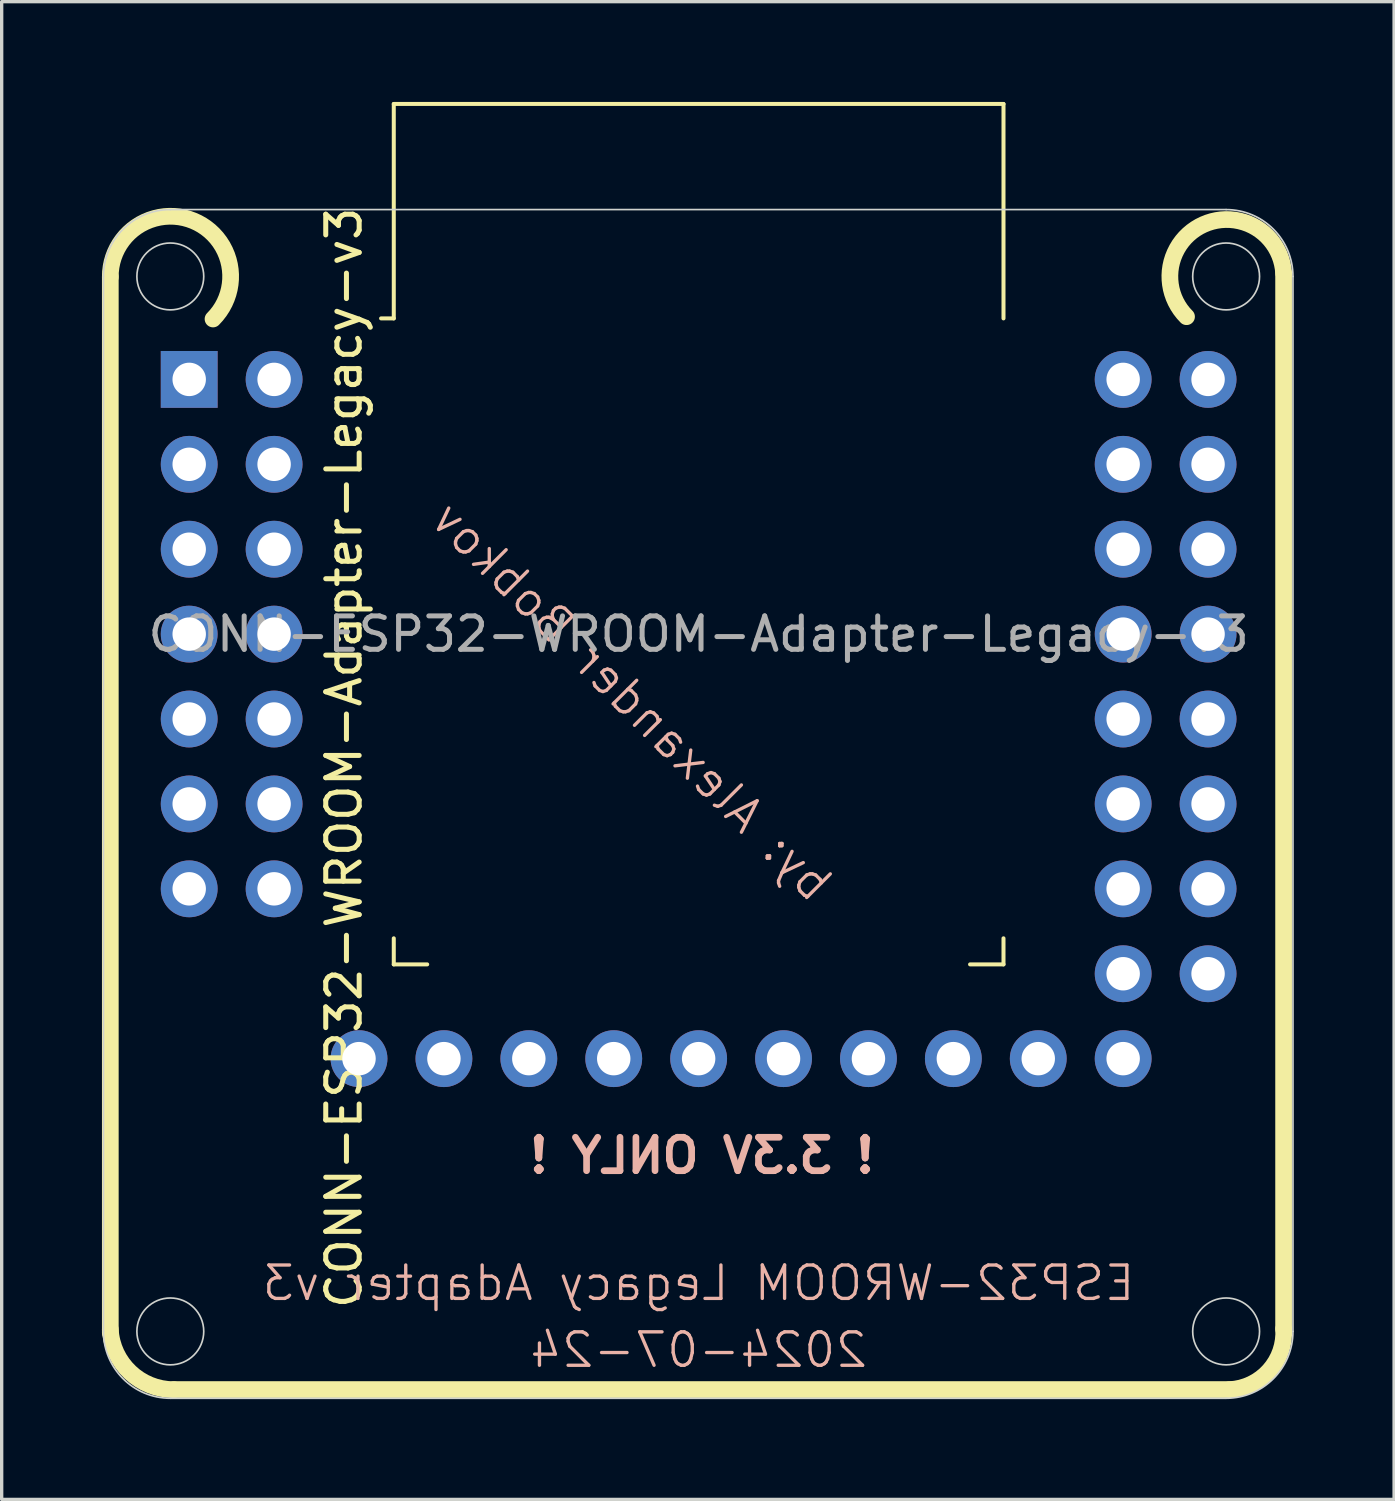
<source format=kicad_pcb>
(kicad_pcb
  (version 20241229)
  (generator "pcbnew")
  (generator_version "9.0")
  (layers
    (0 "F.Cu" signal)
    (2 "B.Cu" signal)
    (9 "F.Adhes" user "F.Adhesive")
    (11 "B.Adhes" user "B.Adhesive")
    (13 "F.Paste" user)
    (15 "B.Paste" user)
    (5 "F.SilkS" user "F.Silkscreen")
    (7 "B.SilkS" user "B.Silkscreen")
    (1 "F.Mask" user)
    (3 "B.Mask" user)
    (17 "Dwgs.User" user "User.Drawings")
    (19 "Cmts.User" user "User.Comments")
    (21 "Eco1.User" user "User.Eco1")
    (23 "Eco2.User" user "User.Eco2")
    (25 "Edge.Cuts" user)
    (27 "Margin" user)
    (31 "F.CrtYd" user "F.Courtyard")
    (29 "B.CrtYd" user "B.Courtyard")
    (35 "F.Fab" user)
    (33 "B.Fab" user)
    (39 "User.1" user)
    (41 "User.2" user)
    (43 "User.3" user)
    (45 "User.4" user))
  (footprint "CONN-ESP32-WROOM-Adapter-Legacy-v3"
    (layer "F.Cu")
    (at 17.85 15.92)
    (property "Reference" "CONN-ESP32-WROOM-Adapter-Legacy-v3" (at -10.61 3.7 90) (layer "F.SilkS") (effects (font (size 1 1) (thickness 0.15))))
    (attr through_hole)
    (fp_line (start -17.6 -10.685) (end -17.6 20.9) (stroke (width 0.5) (type default)) (layer "F.SilkS"))
    (fp_line (start -9.12 -15.86) (end -9.12 -9.445) (stroke (width 0.12) (type solid)) (layer "F.SilkS"))
    (fp_line (start -9.12 -15.86) (end 9.12 -15.86) (stroke (width 0.12) (type solid)) (layer "F.SilkS"))
    (fp_line (start -9.12 -9.445) (end -9.5 -9.445) (stroke (width 0.12) (type solid)) (layer "F.SilkS"))
    (fp_line (start -9.12 9.1) (end -9.12 9.88) (stroke (width 0.12) (type solid)) (layer "F.SilkS"))
    (fp_line (start -9.12 9.88) (end -8.12 9.88) (stroke (width 0.12) (type solid)) (layer "F.SilkS"))
    (fp_line (start 9.12 -15.86) (end 9.12 -9.445) (stroke (width 0.12) (type solid)) (layer "F.SilkS"))
    (fp_line (start 9.12 9.1) (end 9.12 9.88) (stroke (width 0.12) (type solid)) (layer "F.SilkS"))
    (fp_line (start 9.12 9.88) (end 8.12 9.88) (stroke (width 0.12) (type solid)) (layer "F.SilkS"))
    (fp_line (start 15.885 22.6) (end -15.7 22.6) (stroke (width 0.5) (type default)) (layer "F.SilkS"))
    (fp_line (start 17.5 -10.8) (end 17.5 20.785) (stroke (width 0.5) (type default)) (layer "F.SilkS"))
    (fp_arc (start -17.6 -10.6854) (mid -15.117897 -12.365818) (end -14.527166 -9.427166) (stroke (width 0.5) (type default)) (layer "F.SilkS"))
    (fp_arc (start -15.700001 22.60263) (mid -17.00953 22.080265) (end -17.6 20.8) (stroke (width 0.5) (type default)) (layer "F.SilkS"))
    (fp_arc (start 14.595841 -9.495841) (mid 15.10238 -12.253486) (end 17.499999 -10.8) (stroke (width 0.5) (type default)) (layer "F.SilkS"))
    (fp_arc (start 17.5 20.7854) (mid 17.071898 22.033759) (end 15.880748 22.601944) (stroke (width 0.5) (type default)) (layer "F.SilkS"))
    (fp_line (start -17.805 20.86) (end -17.805 -10.7) (stroke (width 0.05) (type default)) (layer "Edge.Cuts"))
    (fp_line (start -15.805 -12.7) (end 15.78 -12.7) (stroke (width 0.05) (type default)) (layer "Edge.Cuts"))
    (fp_line (start 15.78 22.86) (end -15.805 22.86) (stroke (width 0.05) (type default)) (layer "Edge.Cuts"))
    (fp_line (start 17.78 -10.7) (end 17.78 20.86) (stroke (width 0.05) (type default)) (layer "Edge.Cuts"))
    (fp_arc (start -17.8054 -10.7) (mid -17.219614 -12.114214) (end -15.8054 -12.7) (stroke (width 0.05) (type default)) (layer "Edge.Cuts"))
    (fp_arc (start -15.8054 22.86) (mid -17.219614 22.274214) (end -17.8054 20.86) (stroke (width 0.05) (type default)) (layer "Edge.Cuts"))
    (fp_arc (start 15.78 -12.7) (mid 17.194214 -12.114214) (end 17.78 -10.7) (stroke (width 0.05) (type default)) (layer "Edge.Cuts"))
    (fp_arc (start 17.78 20.86) (mid 17.194214 22.274214) (end 15.78 22.86) (stroke (width 0.05) (type default)) (layer "Edge.Cuts"))
    (fp_circle (center -15.805 -10.7) (end -14.805 -10.7) (stroke (width 0.05) (type default)) (fill no) (layer "Edge.Cuts"))
    (fp_circle (center -15.805 20.86) (end -14.805 20.86) (stroke (width 0.05) (type default)) (fill no) (layer "Edge.Cuts"))
    (fp_circle (center 15.78 -10.7) (end 16.78 -10.7) (stroke (width 0.05) (type default)) (fill no) (layer "Edge.Cuts"))
    (fp_circle (center 15.78 20.86) (end 16.78 20.86) (stroke (width 0.05) (type default)) (fill no) (layer "Edge.Cuts"))
    (fp_text user "2024-07-24" (at 0 22 0) (unlocked yes) (layer "B.SilkS") (effects (font (size 1 1) (thickness 0.1)) (justify bottom mirror)))
    (fp_text user "! 3.3V ONLY !" (at 0.1 15.6 0) (unlocked yes) (layer "B.SilkS") (effects (font (size 1 1) (thickness 0.2) (bold yes)) (justify mirror)))
    (fp_text user "ESP32-WROOM Legacy Adapter v3" (at 0 20 0) (unlocked yes) (layer "B.SilkS") (effects (font (size 1 1) (thickness 0.1)) (justify bottom mirror)))
    (fp_text user "by: Alexander Bobkov" (at -2 2 315) (unlocked yes) (layer "B.SilkS") (effects (font (size 1 1) (thickness 0.1)) (justify mirror)))
    (fp_text user "${REFERENCE}" (at 0 0 0) (layer "F.Fab") (effects (font (size 1 1) (thickness 0.15))))
    (pad "1" thru_hole rect (at -15.24 -7.62) (size 1.7 1.7) (drill 1) (layers "*.Cu" "*.Mask"))
    (pad "2" thru_hole circle (at -12.7 -7.62) (size 1.7 1.7) (drill 1) (layers "*.Cu" "*.Mask"))
    (pad "3" thru_hole circle (at -15.24 -5.08) (size 1.7 1.7) (drill 1) (layers "*.Cu" "*.Mask"))
    (pad "4" thru_hole circle (at -12.7 -5.08) (size 1.7 1.7) (drill 1) (layers "*.Cu" "*.Mask"))
    (pad "5" thru_hole circle (at -15.24 -2.54) (size 1.7 1.7) (drill 1) (layers "*.Cu" "*.Mask"))
    (pad "6" thru_hole circle (at -12.7 -2.54) (size 1.7 1.7) (drill 1) (layers "*.Cu" "*.Mask"))
    (pad "7" thru_hole circle (at -15.24 0) (size 1.7 1.7) (drill 1) (layers "*.Cu" "*.Mask"))
    (pad "8" thru_hole circle (at -12.7 0) (size 1.7 1.7) (drill 1) (layers "*.Cu" "*.Mask"))
    (pad "9" thru_hole circle (at -15.24 2.54) (size 1.7 1.7) (drill 1) (layers "*.Cu" "*.Mask"))
    (pad "10" thru_hole circle (at -12.7 2.54) (size 1.7 1.7) (drill 1) (layers "*.Cu" "*.Mask"))
    (pad "11" thru_hole circle (at -15.24 5.08) (size 1.7 1.7) (drill 1) (layers "*.Cu" "*.Mask"))
    (pad "12" thru_hole circle (at -12.7 5.08) (size 1.7 1.7) (drill 1) (layers "*.Cu" "*.Mask"))
    (pad "13" thru_hole circle (at -15.24 7.62) (size 1.7 1.7) (drill 1) (layers "*.Cu" "*.Mask"))
    (pad "14" thru_hole circle (at -12.7 7.62) (size 1.7 1.7) (drill 1) (layers "*.Cu" "*.Mask"))
    (pad "15" thru_hole circle (at -10.16 12.7) (size 1.7 1.7) (drill 1) (layers "*.Cu" "*.Mask"))
    (pad "16" thru_hole circle (at -7.62 12.7) (size 1.7 1.7) (drill 1) (layers "*.Cu" "*.Mask"))
    (pad "17" thru_hole circle (at -5.08 12.7) (size 1.7 1.7) (drill 1) (layers "*.Cu" "*.Mask"))
    (pad "18" thru_hole circle (at -2.54 12.7) (size 1.7 1.7) (drill 1) (layers "*.Cu" "*.Mask"))
    (pad "19" thru_hole circle (at 0 12.7) (size 1.7 1.7) (drill 1) (layers "*.Cu" "*.Mask"))
    (pad "20" thru_hole circle (at 2.54 12.7) (size 1.7 1.7) (drill 1) (layers "*.Cu" "*.Mask"))
    (pad "21" thru_hole circle (at 5.08 12.7) (size 1.7 1.7) (drill 1) (layers "*.Cu" "*.Mask"))
    (pad "22" thru_hole circle (at 7.62 12.7) (size 1.7 1.7) (drill 1) (layers "*.Cu" "*.Mask"))
    (pad "23" thru_hole circle (at 10.16 12.7) (size 1.7 1.7) (drill 1) (layers "*.Cu" "*.Mask"))
    (pad "24" thru_hole circle (at 12.7 12.7) (size 1.7 1.7) (drill 1) (layers "*.Cu" "*.Mask"))
    (pad "25" thru_hole circle (at 12.7 10.16) (size 1.7 1.7) (drill 1) (layers "*.Cu" "*.Mask"))
    (pad "25" thru_hole circle (at 15.24 7.62) (size 1.7 1.7) (drill 1) (layers "*.Cu" "*.Mask"))
    (pad "26" thru_hole circle (at 12.7 7.62) (size 1.7 1.7) (drill 1) (layers "*.Cu" "*.Mask"))
    (pad "27" thru_hole circle (at 15.24 5.08) (size 1.7 1.7) (drill 1) (layers "*.Cu" "*.Mask"))
    (pad "28" thru_hole circle (at 12.7 5.08) (size 1.7 1.7) (drill 1) (layers "*.Cu" "*.Mask"))
    (pad "29" thru_hole circle (at 15.24 2.54) (size 1.7 1.7) (drill 1) (layers "*.Cu" "*.Mask"))
    (pad "30" thru_hole circle (at 12.7 2.54) (size 1.7 1.7) (drill 1) (layers "*.Cu" "*.Mask"))
    (pad "31" thru_hole circle (at 15.24 0) (size 1.7 1.7) (drill 1) (layers "*.Cu" "*.Mask"))
    (pad "32" thru_hole circle (at 12.7 0) (size 1.7 1.7) (drill 1) (layers "*.Cu" "*.Mask"))
    (pad "33" thru_hole circle (at 15.24 -2.54) (size 1.7 1.7) (drill 1) (layers "*.Cu" "*.Mask"))
    (pad "34" thru_hole circle (at 12.7 -2.54) (size 1.7 1.7) (drill 1) (layers "*.Cu" "*.Mask"))
    (pad "35" thru_hole circle (at 15.24 -5.08) (size 1.7 1.7) (drill 1) (layers "*.Cu" "*.Mask"))
    (pad "36" thru_hole circle (at 12.7 -5.08) (size 1.7 1.7) (drill 1) (layers "*.Cu" "*.Mask"))
    (pad "37" thru_hole circle (at 15.24 -7.62) (size 1.7 1.7) (drill 1) (layers "*.Cu" "*.Mask"))
    (pad "38" thru_hole circle (at 12.7 -7.62) (size 1.7 1.7) (drill 1) (layers "*.Cu" "*.Mask"))
    (pad "38" thru_hole circle (at 15.24 10.16) (size 1.7 1.7) (drill 1) (layers "*.Cu" "*.Mask")))
  (gr_rect
    (start -3 -3)
    (end 38.655 41.805)
    (stroke (width 0.1) (type default))
    (fill no)
    (layer "Edge.Cuts")))
</source>
